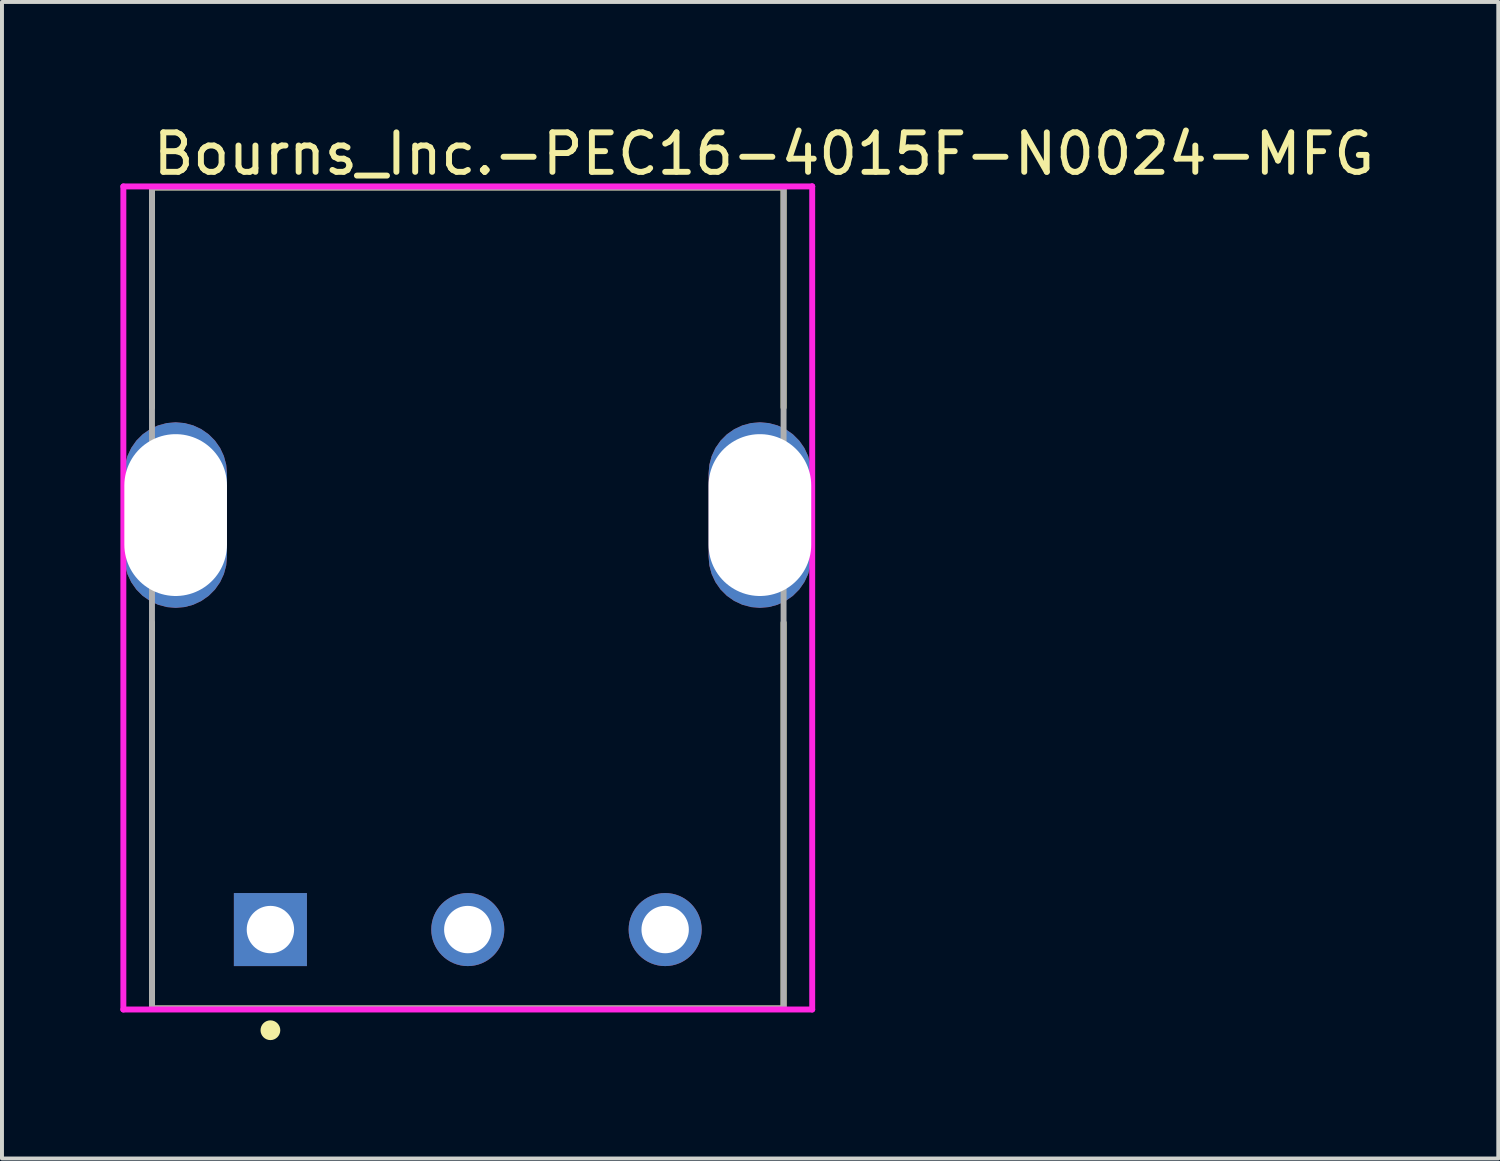
<source format=kicad_pcb>
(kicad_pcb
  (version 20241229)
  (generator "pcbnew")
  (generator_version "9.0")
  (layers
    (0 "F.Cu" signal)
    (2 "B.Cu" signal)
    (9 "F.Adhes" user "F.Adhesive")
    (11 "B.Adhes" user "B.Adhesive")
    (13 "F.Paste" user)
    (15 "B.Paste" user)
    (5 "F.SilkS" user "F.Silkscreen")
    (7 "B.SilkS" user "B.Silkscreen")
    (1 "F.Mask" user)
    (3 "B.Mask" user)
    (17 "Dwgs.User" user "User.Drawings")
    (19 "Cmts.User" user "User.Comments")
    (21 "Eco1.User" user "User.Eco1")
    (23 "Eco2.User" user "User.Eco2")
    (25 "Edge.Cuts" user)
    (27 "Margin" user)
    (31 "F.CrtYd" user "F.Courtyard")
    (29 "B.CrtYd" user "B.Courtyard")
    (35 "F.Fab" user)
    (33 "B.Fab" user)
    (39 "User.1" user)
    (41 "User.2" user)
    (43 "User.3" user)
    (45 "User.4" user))
  (footprint "Bourns_Inc.-PEC16-4015F-N0024-MFG"
    (layer "F.Cu")
    (at 8.8 12.098)
    (property "Reference" "Bourns_Inc.-PEC16-4015F-N0024-MFG" (at -8.05 -11.25 0) (layer "F.SilkS") (effects (font (size 1 1) (thickness 0.15)) (justify left)))
    (attr through_hole)
    (fp_line (start -8 -10.4) (end 8 -10.4) (stroke (width 0.15) (type solid)) (layer "F.SilkS"))
    (fp_line (start -8 -4.825) (end -8 -10.4) (stroke (width 0.15) (type solid)) (layer "F.SilkS"))
    (fp_line (start -8 10.4) (end -8 0.625) (stroke (width 0.15) (type solid)) (layer "F.SilkS"))
    (fp_line (start -8 10.4) (end 8 10.4) (stroke (width 0.15) (type solid)) (layer "F.SilkS"))
    (fp_line (start 8 -4.825) (end 8 -10.4) (stroke (width 0.15) (type solid)) (layer "F.SilkS"))
    (fp_line (start 8 10.4) (end 8 0.625) (stroke (width 0.15) (type solid)) (layer "F.SilkS"))
    (fp_circle (center -5 10.95) (end -4.875 10.95) (stroke (width 0.25) (type solid)) (fill no) (layer "F.SilkS"))
    (fp_line (start -8.725 -10.425) (end -8.725 10.425) (stroke (width 0.15) (type solid)) (layer "F.CrtYd"))
    (fp_line (start -8.725 10.425) (end 8.725 10.425) (stroke (width 0.15) (type solid)) (layer "F.CrtYd"))
    (fp_line (start 8.725 -10.425) (end -8.725 -10.425) (stroke (width 0.15) (type solid)) (layer "F.CrtYd"))
    (fp_line (start 8.725 -10.425) (end 8.725 -10.425) (stroke (width 0.15) (type solid)) (layer "F.CrtYd"))
    (fp_line (start 8.725 10.425) (end 8.725 -10.425) (stroke (width 0.15) (type solid)) (layer "F.CrtYd"))
    (fp_line (start -8 -10.4) (end 8 -10.4) (stroke (width 0.15) (type solid)) (layer "F.Fab"))
    (fp_line (start -8 10.4) (end -8 -10.4) (stroke (width 0.15) (type solid)) (layer "F.Fab"))
    (fp_line (start 8 -10.4) (end 8 10.4) (stroke (width 0.15) (type solid)) (layer "F.Fab"))
    (fp_line (start 8 10.4) (end -8 10.4) (stroke (width 0.15) (type solid)) (layer "F.Fab"))
    (pad "1" thru_hole roundrect (at -7.4 -2.1) (size 2.6 4.7) (drill oval 4.1) (layers "*.Cu") (roundrect_rratio 0.5))
    (pad "2" thru_hole roundrect (at 7.4 -2.1) (size 2.6 4.7) (drill oval 4.1) (layers "*.Cu") (roundrect_rratio 0.5))
    (pad "A" thru_hole rect (at -5 8.4) (size 1.85 1.85) (drill 1.2) (layers "*.Cu"))
    (pad "B" thru_hole circle (at 0 8.4) (size 1.85 1.85) (drill 1.2) (layers "*.Cu"))
    (pad "C" thru_hole circle (at 5 8.4) (size 1.85 1.85) (drill 1.2) (layers "*.Cu")))
  (gr_rect
    (start -3 -3)
    (end 34.905 26.298)
    (stroke (width 0.1) (type default))
    (fill no)
    (layer "Edge.Cuts")))
</source>
